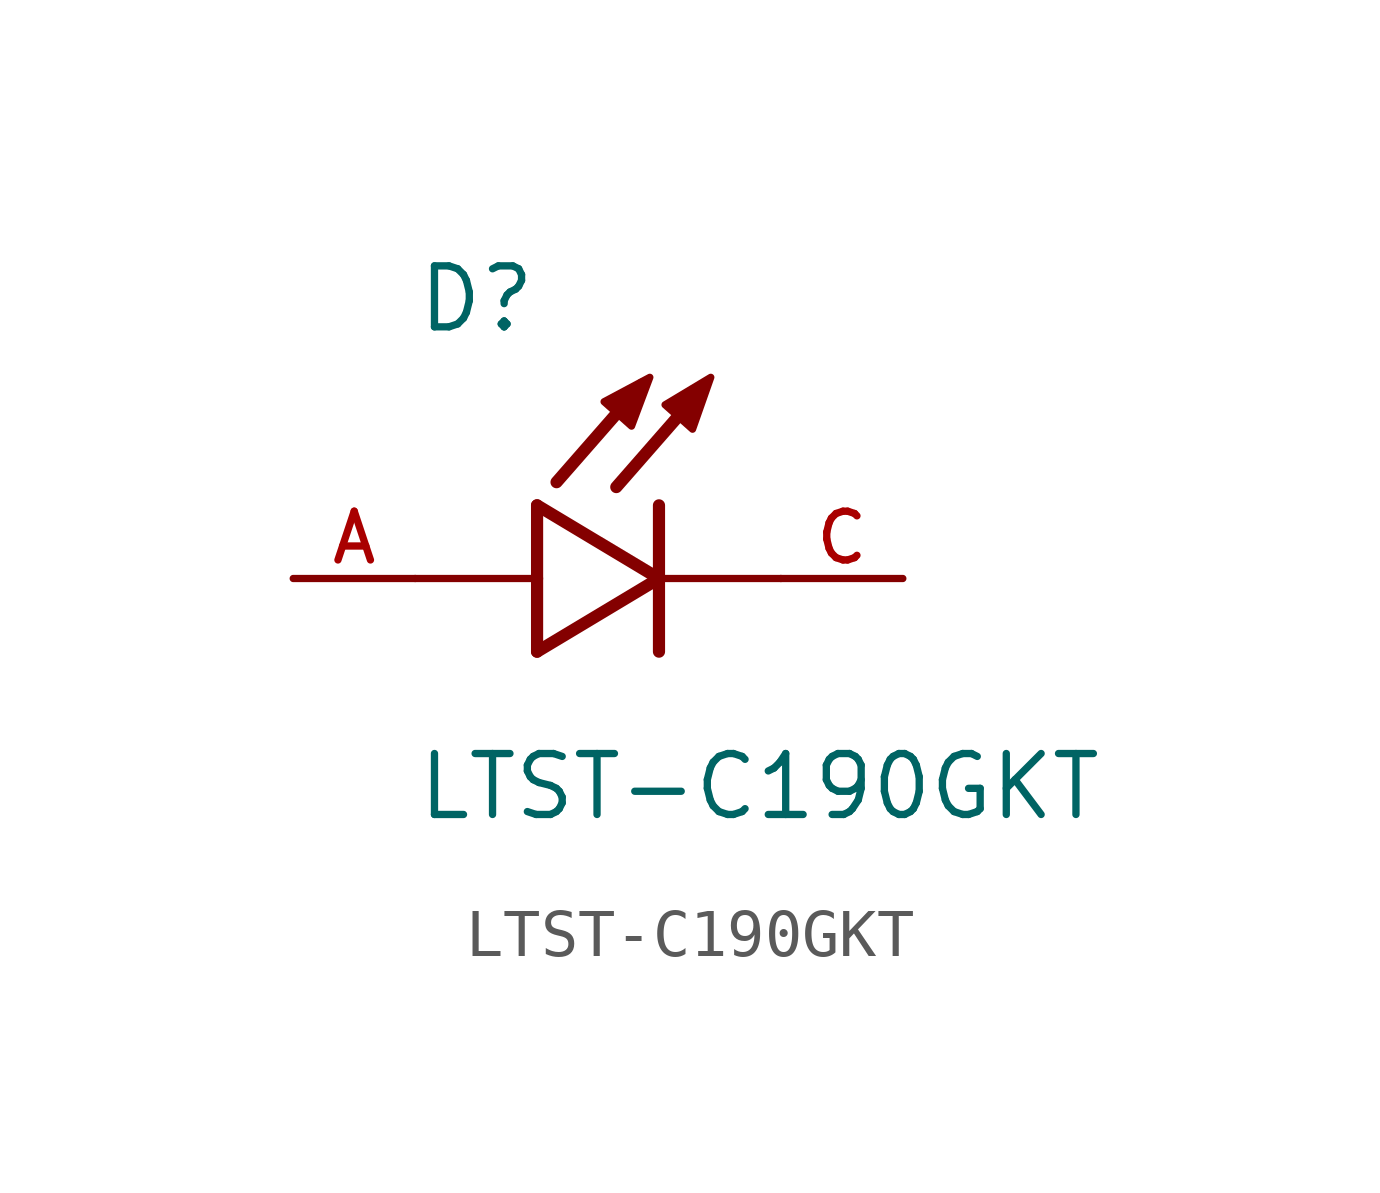
<source format=kicad_sym>
(kicad_symbol_lib
  (version 20211014)
  (generator kicad_symbol_editor)
  (symbol "LTST-C190GKT"
    (pin_names
      (offset 1.016))
    (property "Reference" "D"
      (at -5.08 5.08 0)
      (effects (font (size 1.27 1.27)) (justify bottom left)))
    (property "Value" "LTST-C190GKT"
      (at -5.08 -5.08 0)
      (effects (font (size 1.27 1.27)) (justify bottom left)))
    (symbol "LTST-C190GKT_0_0"
      (polyline (pts (xy -2.54 1.524) (xy -2.54 0.0)) (stroke (width 0.254)))
      (polyline (pts (xy -2.54 0.0) (xy -2.54 -1.524)) (stroke (width 0.254)))
      (polyline (pts (xy -2.54 -1.524) (xy 0.0 0.0)) (stroke (width 0.254)))
      (polyline (pts (xy 0.0 0.0) (xy -2.54 1.524)) (stroke (width 0.254)))
      (polyline (pts (xy 0.0 1.524) (xy 0.0 0.0)) (stroke (width 0.254)))
      (polyline (pts (xy 0.0 0.0) (xy 0.0 -1.524)) (stroke (width 0.254)))
      (polyline (pts (xy -2.54 0.0) (xy -5.08 0.0)) (stroke (width 0.152)))
      (polyline (pts (xy 0.889 3.937) (xy -0.889 1.905)) (stroke (width 0.254)))
      (polyline (pts (xy -0.356 4.039) (xy -2.134 2.007)) (stroke (width 0.254)))
      (polyline (pts (xy 2.54 0.0) (xy 0.0 0.0)) (stroke (width 0.152)))
      (polyline (pts (xy -1.143 3.683) (xy -0.572 3.175) (xy -0.191 4.191) (xy -1.143 3.683)) (stroke (width 0.152)) (fill (type outline)))
      (polyline (pts (xy 0.127 3.619) (xy 0.699 3.111) (xy 1.079 4.191) (xy 0.127 3.619)) (stroke (width 0.152)) (fill (type outline)))
      (pin passive line (at 5.08 0.0 180.0) (length 2.54) (name "~" (effects (font (size 1.016 1.016)))) (number "C" (effects (font (size 1.016 1.016)))))
      (pin passive line (at -7.62 0.0 0) (length 2.54) (name "~" (effects (font (size 1.016 1.016)))) (number "A" (effects (font (size 1.016 1.016))))))))
</source>
